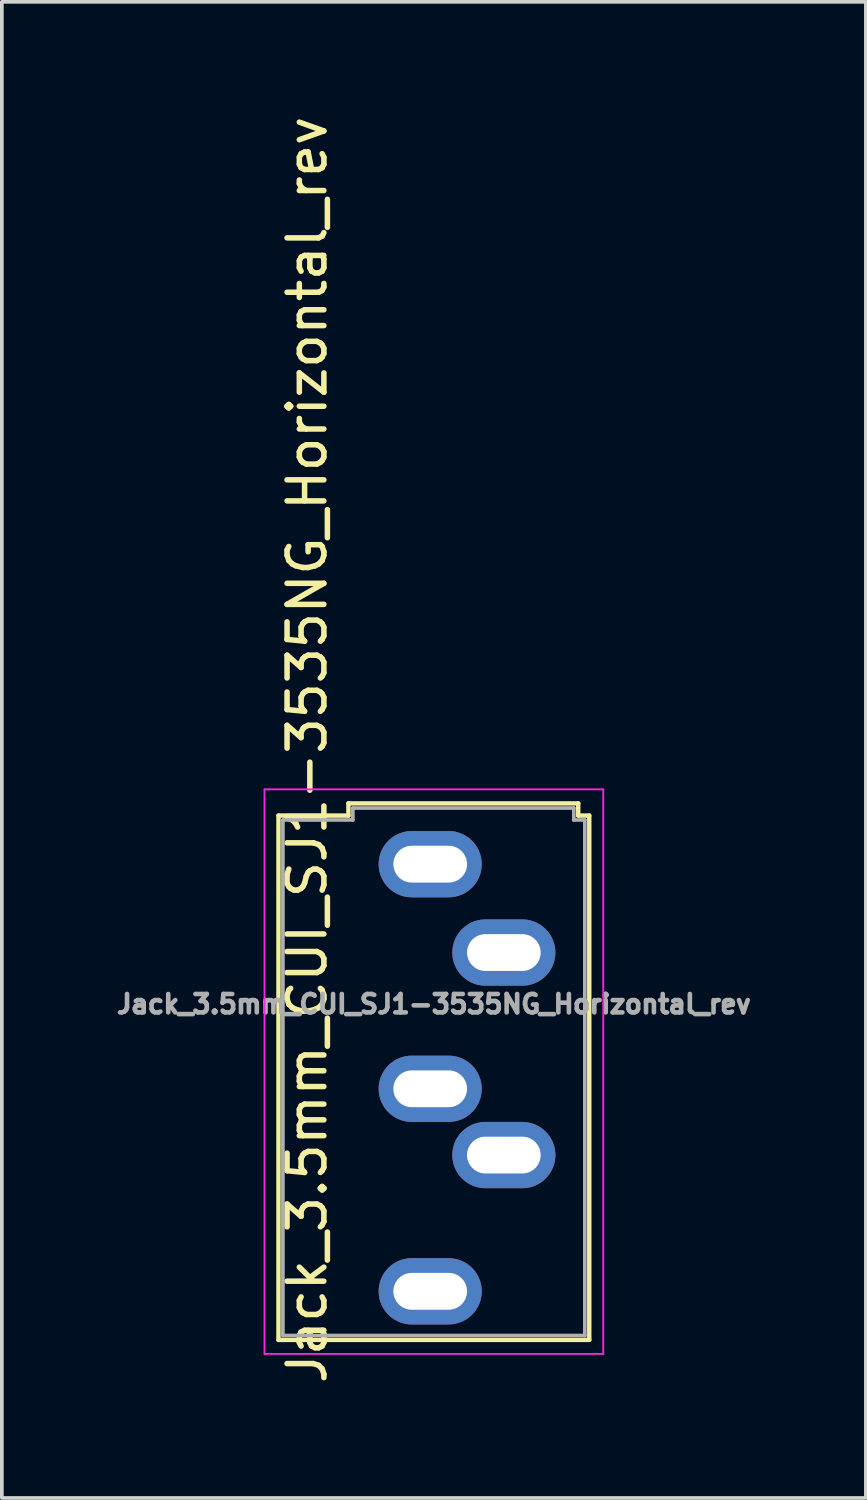
<source format=kicad_pcb>
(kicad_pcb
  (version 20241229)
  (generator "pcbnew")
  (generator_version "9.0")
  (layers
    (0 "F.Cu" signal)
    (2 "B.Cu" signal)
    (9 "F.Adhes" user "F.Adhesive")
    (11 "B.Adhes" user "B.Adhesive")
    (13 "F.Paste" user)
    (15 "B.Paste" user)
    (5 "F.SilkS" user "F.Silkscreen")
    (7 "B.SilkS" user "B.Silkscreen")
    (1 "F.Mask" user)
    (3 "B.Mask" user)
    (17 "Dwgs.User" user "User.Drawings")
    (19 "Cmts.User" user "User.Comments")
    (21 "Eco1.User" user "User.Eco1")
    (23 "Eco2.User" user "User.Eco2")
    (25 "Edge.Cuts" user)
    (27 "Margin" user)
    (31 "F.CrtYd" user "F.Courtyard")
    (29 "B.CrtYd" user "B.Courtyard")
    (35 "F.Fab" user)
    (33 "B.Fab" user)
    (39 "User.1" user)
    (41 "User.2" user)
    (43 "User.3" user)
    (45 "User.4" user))
  (footprint "Jack_3.5mm_CUI_SJ1-3535NG_Horizontal_rev"
    (layer "F.Cu")
    (at 8.633 20.419)
    (property "Reference" "Jack_3.5mm_CUI_SJ1-3535NG_Horizontal_rev" (at -3.342 -3.104 270) (layer "F.SilkS") (effects (font (size 1 1) (thickness 0.15))))
    (attr through_hole)
    (fp_line (start -4.12 -1.32) (end -2.22 -1.32) (stroke (width 0.12) (type solid)) (layer "F.SilkS"))
    (fp_line (start -4.12 12.92) (end -4.12 -1.32) (stroke (width 0.12) (type solid)) (layer "F.SilkS"))
    (fp_line (start -2.22 -1.651) (end 4.02 -1.651) (stroke (width 0.12) (type solid)) (layer "F.SilkS"))
    (fp_line (start -2.22 -1.32) (end -2.22 -1.651) (stroke (width 0.12) (type solid)) (layer "F.SilkS"))
    (fp_line (start 4.02 -1.651) (end 4.02 -1.32) (stroke (width 0.12) (type solid)) (layer "F.SilkS"))
    (fp_line (start 4.02 -1.32) (end 4.32 -1.32) (stroke (width 0.12) (type solid)) (layer "F.SilkS"))
    (fp_line (start 4.32 -1.32) (end 4.32 12.92) (stroke (width 0.12) (type solid)) (layer "F.SilkS"))
    (fp_line (start 4.32 12.92) (end -4.12 12.92) (stroke (width 0.12) (type solid)) (layer "F.SilkS"))
    (fp_line (start -4.5 -2.032) (end -4.5 13.3) (stroke (width 0.05) (type solid)) (layer "F.CrtYd"))
    (fp_line (start -4.5 13.3) (end 4.7 13.3) (stroke (width 0.05) (type solid)) (layer "F.CrtYd"))
    (fp_line (start 4.7 -2.032) (end -4.5 -2.032) (stroke (width 0.05) (type solid)) (layer "F.CrtYd"))
    (fp_line (start 4.7 13.3) (end 4.7 -2.032) (stroke (width 0.05) (type solid)) (layer "F.CrtYd"))
    (fp_line (start -4 -1.2) (end -2.1 -1.2) (stroke (width 0.1) (type solid)) (layer "F.Fab"))
    (fp_line (start -4 12.8) (end -4 -1.2) (stroke (width 0.1) (type solid)) (layer "F.Fab"))
    (fp_line (start -2.1 -1.524) (end 3.9 -1.524) (stroke (width 0.1) (type solid)) (layer "F.Fab"))
    (fp_line (start -2.1 -1.2) (end -2.1 -1.524) (stroke (width 0.1) (type solid)) (layer "F.Fab"))
    (fp_line (start 3.9 -1.524) (end 3.9 -1.2) (stroke (width 0.1) (type solid)) (layer "F.Fab"))
    (fp_line (start 3.9 -1.2) (end 4.2 -1.2) (stroke (width 0.1) (type solid)) (layer "F.Fab"))
    (fp_line (start 4.2 -1.2) (end 4.2 12.8) (stroke (width 0.1) (type solid)) (layer "F.Fab"))
    (fp_line (start 4.2 12.8) (end -4 12.8) (stroke (width 0.1) (type solid)) (layer "F.Fab"))
    (fp_text user "${REFERENCE}" (at 0.1 3.8 180) (layer "F.Fab") (effects (font (size 0.5 0.5) (thickness 0.15))))
    (pad "R" thru_hole oval (at 2 7.9) (size 2.8 1.8) (drill oval 2 1) (layers "*.Cu" "*.Mask"))
    (pad "RN" thru_hole oval (at 0 6.1) (size 2.8 1.8) (drill oval 2 1) (layers "*.Cu" "*.Mask"))
    (pad "S" thru_hole oval (at 0 0) (size 2.8 1.8) (drill oval 2 1) (layers "*.Cu" "*.Mask"))
    (pad "T" thru_hole oval (at 2 2.4) (size 2.8 1.8) (drill oval 2 1) (layers "*.Cu" "*.Mask"))
    (pad "TN" thru_hole oval (at 0 11.6) (size 2.8 1.8) (drill oval 2 1) (layers "*.Cu" "*.Mask")))
  (gr_rect
    (start -3 -3)
    (end 20.465 37.631)
    (stroke (width 0.1) (type default))
    (fill no)
    (layer "Edge.Cuts")))
</source>
